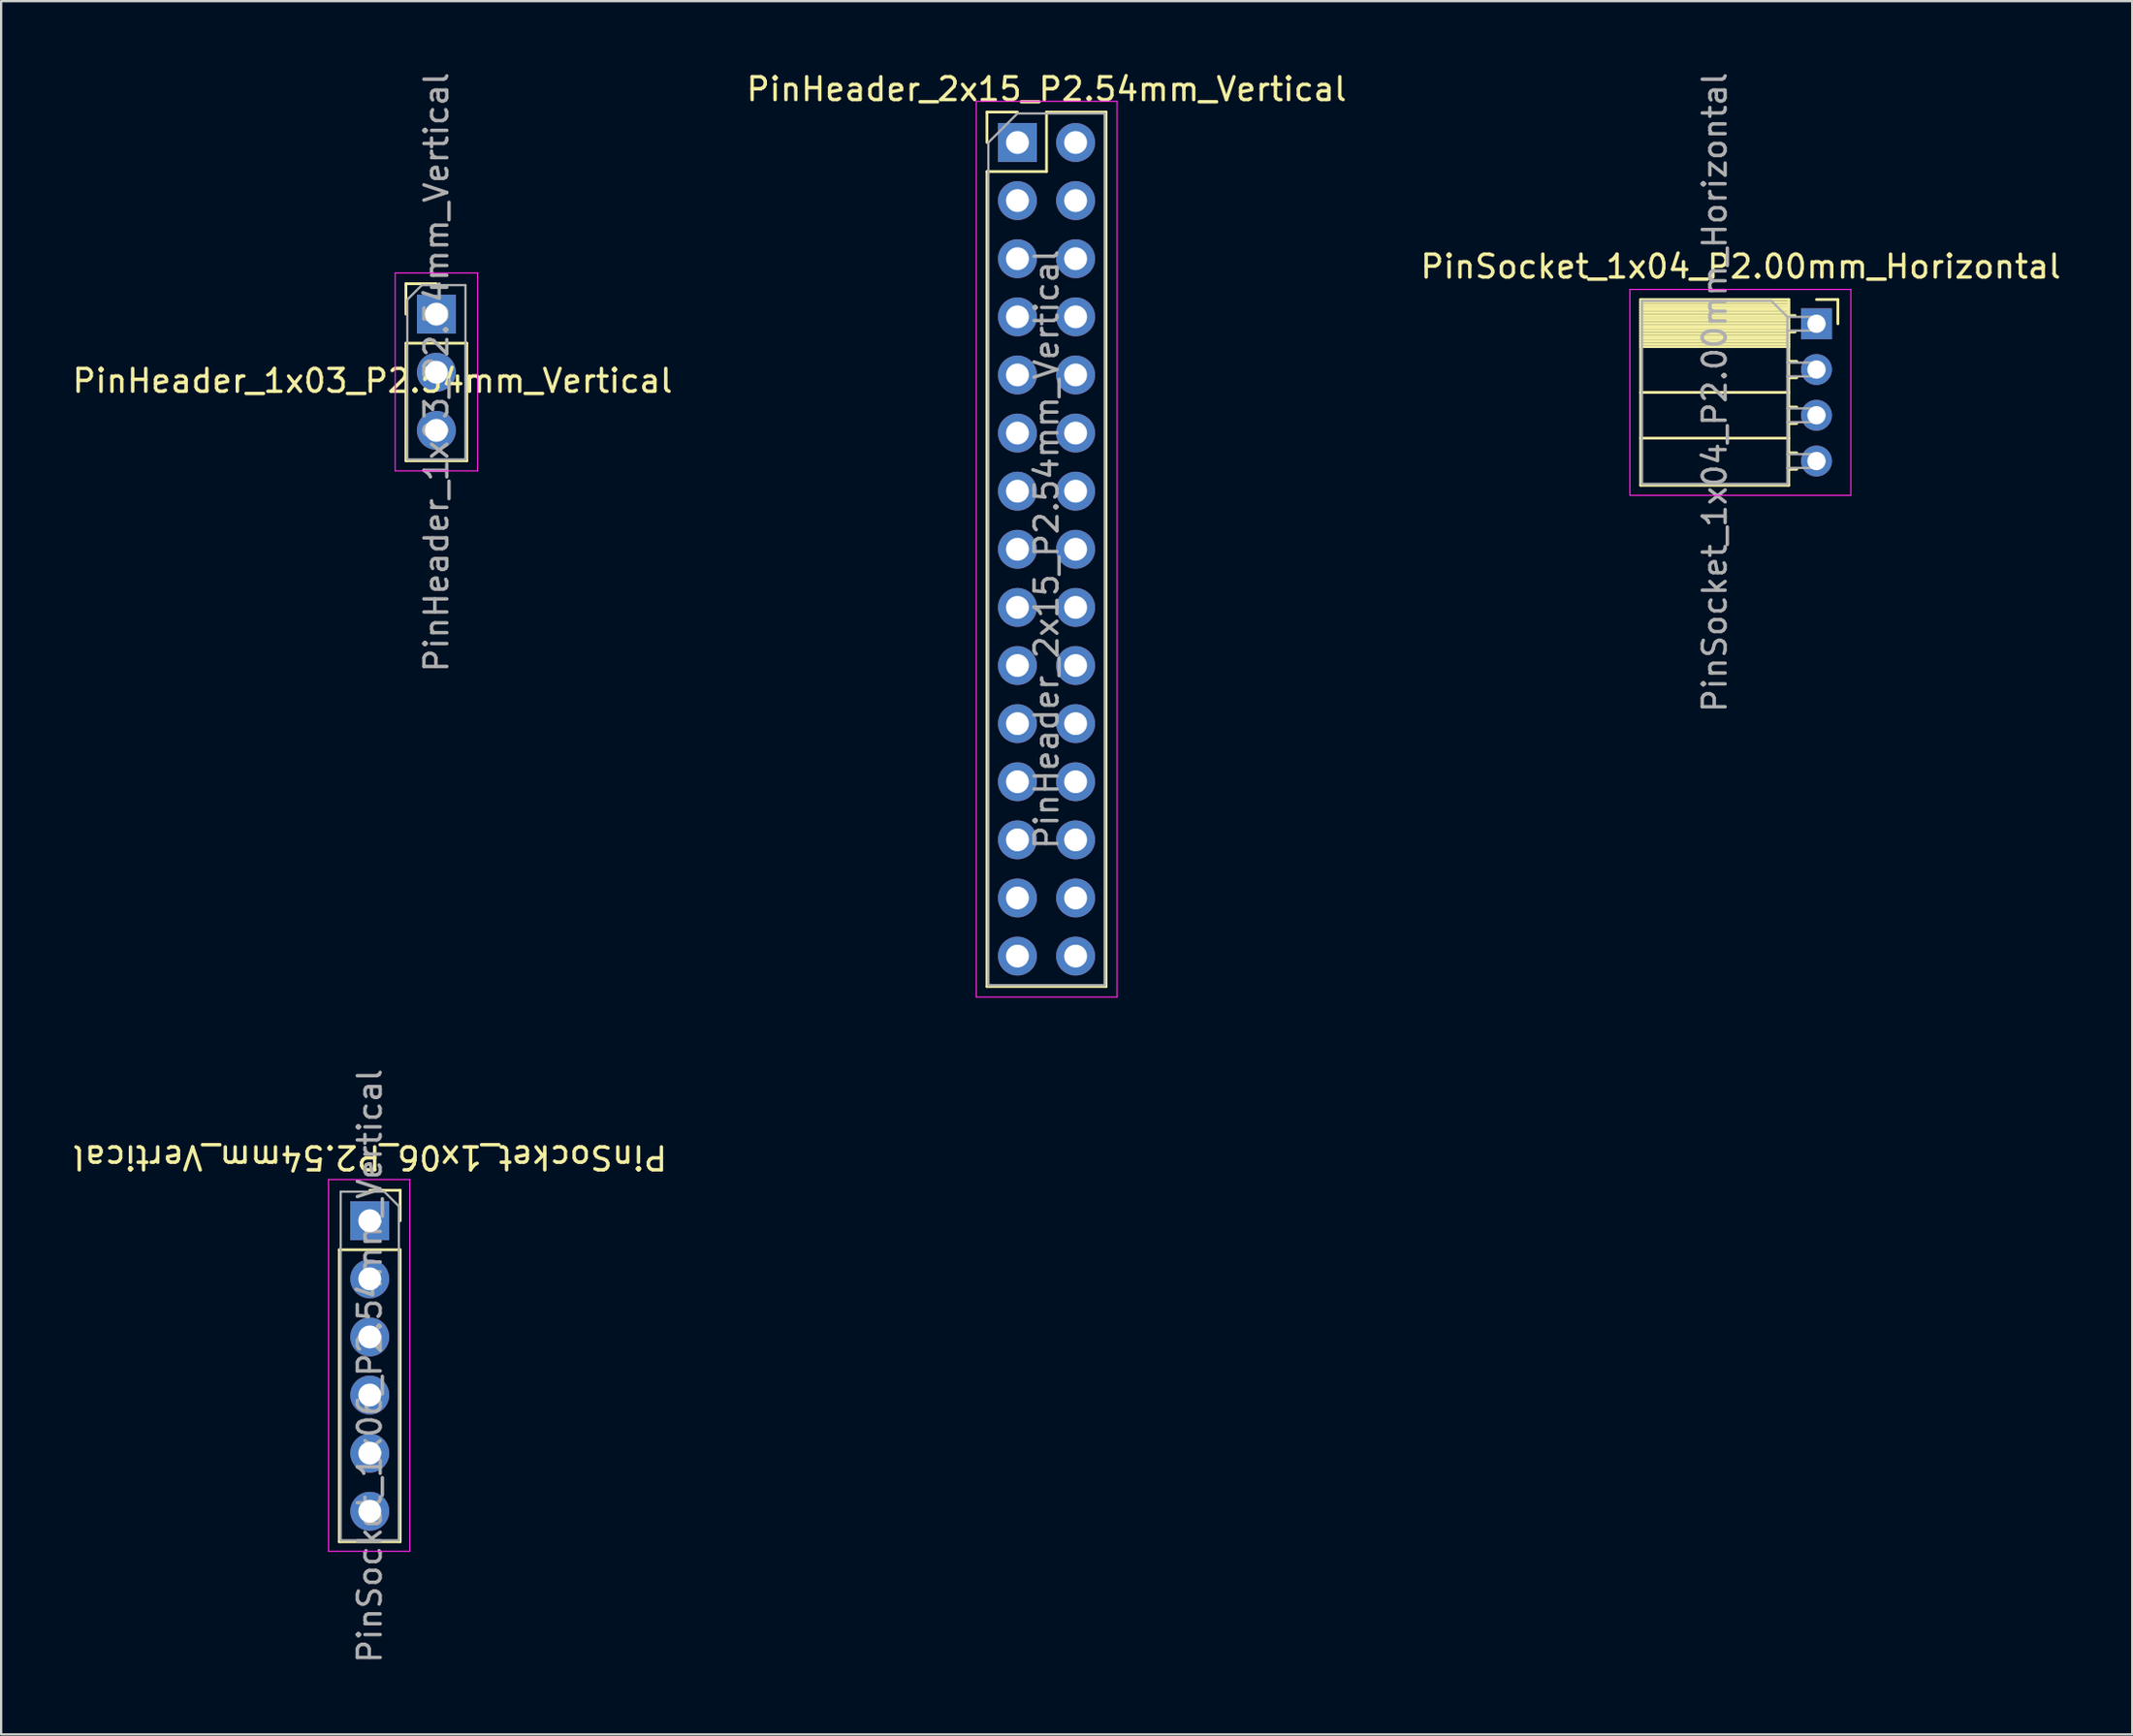
<source format=kicad_pcb>
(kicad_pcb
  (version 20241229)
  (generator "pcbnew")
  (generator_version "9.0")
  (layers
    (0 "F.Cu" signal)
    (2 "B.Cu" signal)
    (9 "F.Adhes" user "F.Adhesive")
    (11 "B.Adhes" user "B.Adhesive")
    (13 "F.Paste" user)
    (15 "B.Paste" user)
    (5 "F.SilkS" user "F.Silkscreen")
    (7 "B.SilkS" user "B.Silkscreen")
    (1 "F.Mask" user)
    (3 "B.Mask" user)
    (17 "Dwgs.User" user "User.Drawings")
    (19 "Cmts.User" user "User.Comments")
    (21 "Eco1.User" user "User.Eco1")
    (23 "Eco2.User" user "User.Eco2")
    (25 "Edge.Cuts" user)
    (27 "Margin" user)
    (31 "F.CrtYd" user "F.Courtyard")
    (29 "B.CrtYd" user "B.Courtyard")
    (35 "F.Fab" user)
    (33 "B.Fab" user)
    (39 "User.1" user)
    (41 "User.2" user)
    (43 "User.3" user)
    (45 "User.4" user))
  (footprint "PinSocket_1x04_P2.00mm_Horizontal"
    (layer "F.Cu")
    (at 76.292 11.101)
    (property "Reference" "PinSocket_1x04_P2.00mm_Horizontal" (at -3.31 -2.5 0) (layer "F.SilkS") (effects (font (size 1 1) (thickness 0.15))))
    (attr through_hole)
    (fp_line (start -7.68 -1.06) (end -7.68 7.06) (stroke (width 0.12) (type solid)) (layer "F.SilkS"))
    (fp_line (start -7.68 -1.06) (end -1.21 -1.06) (stroke (width 0.12) (type solid)) (layer "F.SilkS"))
    (fp_line (start -7.68 -0.94) (end -1.21 -0.94) (stroke (width 0.12) (type solid)) (layer "F.SilkS"))
    (fp_line (start -7.68 -0.826) (end -1.21 -0.826) (stroke (width 0.12) (type solid)) (layer "F.SilkS"))
    (fp_line (start -7.68 -0.712) (end -1.21 -0.712) (stroke (width 0.12) (type solid)) (layer "F.SilkS"))
    (fp_line (start -7.68 -0.598) (end -1.21 -0.598) (stroke (width 0.12) (type solid)) (layer "F.SilkS"))
    (fp_line (start -7.68 -0.484) (end -1.21 -0.484) (stroke (width 0.12) (type solid)) (layer "F.SilkS"))
    (fp_line (start -7.68 -0.369) (end -1.21 -0.369) (stroke (width 0.12) (type solid)) (layer "F.SilkS"))
    (fp_line (start -7.68 -0.255) (end -1.21 -0.255) (stroke (width 0.12) (type solid)) (layer "F.SilkS"))
    (fp_line (start -7.68 -0.141) (end -1.21 -0.141) (stroke (width 0.12) (type solid)) (layer "F.SilkS"))
    (fp_line (start -7.68 -0.027) (end -1.21 -0.027) (stroke (width 0.12) (type solid)) (layer "F.SilkS"))
    (fp_line (start -7.68 0.087) (end -1.21 0.087) (stroke (width 0.12) (type solid)) (layer "F.SilkS"))
    (fp_line (start -7.68 0.201) (end -1.21 0.201) (stroke (width 0.12) (type solid)) (layer "F.SilkS"))
    (fp_line (start -7.68 0.315) (end -1.21 0.315) (stroke (width 0.12) (type solid)) (layer "F.SilkS"))
    (fp_line (start -7.68 0.429) (end -1.21 0.429) (stroke (width 0.12) (type solid)) (layer "F.SilkS"))
    (fp_line (start -7.68 0.544) (end -1.21 0.544) (stroke (width 0.12) (type solid)) (layer "F.SilkS"))
    (fp_line (start -7.68 0.658) (end -1.21 0.658) (stroke (width 0.12) (type solid)) (layer "F.SilkS"))
    (fp_line (start -7.68 0.772) (end -1.21 0.772) (stroke (width 0.12) (type solid)) (layer "F.SilkS"))
    (fp_line (start -7.68 0.886) (end -1.21 0.886) (stroke (width 0.12) (type solid)) (layer "F.SilkS"))
    (fp_line (start -7.68 1) (end -1.21 1) (stroke (width 0.12) (type solid)) (layer "F.SilkS"))
    (fp_line (start -7.68 3) (end -1.21 3) (stroke (width 0.12) (type solid)) (layer "F.SilkS"))
    (fp_line (start -7.68 5) (end -1.21 5) (stroke (width 0.12) (type solid)) (layer "F.SilkS"))
    (fp_line (start -7.68 7.06) (end -1.21 7.06) (stroke (width 0.12) (type solid)) (layer "F.SilkS"))
    (fp_line (start -1.21 -1.06) (end -1.21 7.06) (stroke (width 0.12) (type solid)) (layer "F.SilkS"))
    (fp_line (start -1.21 -0.36) (end -0.935 -0.36) (stroke (width 0.12) (type solid)) (layer "F.SilkS"))
    (fp_line (start -1.21 0.36) (end -0.935 0.36) (stroke (width 0.12) (type solid)) (layer "F.SilkS"))
    (fp_line (start -1.21 1.64) (end -0.863 1.64) (stroke (width 0.12) (type solid)) (layer "F.SilkS"))
    (fp_line (start -1.21 2.36) (end -0.863 2.36) (stroke (width 0.12) (type solid)) (layer "F.SilkS"))
    (fp_line (start -1.21 3.64) (end -0.863 3.64) (stroke (width 0.12) (type solid)) (layer "F.SilkS"))
    (fp_line (start -1.21 4.36) (end -0.863 4.36) (stroke (width 0.12) (type solid)) (layer "F.SilkS"))
    (fp_line (start -1.21 5.64) (end -0.863 5.64) (stroke (width 0.12) (type solid)) (layer "F.SilkS"))
    (fp_line (start -1.21 6.36) (end -0.863 6.36) (stroke (width 0.12) (type solid)) (layer "F.SilkS"))
    (fp_line (start 0 -1.06) (end 0.935 -1.06) (stroke (width 0.12) (type solid)) (layer "F.SilkS"))
    (fp_line (start 0.935 -1.06) (end 0.935 0) (stroke (width 0.12) (type solid)) (layer "F.SilkS"))
    (fp_line (start -8.15 -1.5) (end -8.15 7.5) (stroke (width 0.05) (type solid)) (layer "F.CrtYd"))
    (fp_line (start -8.15 7.5) (end 1.5 7.5) (stroke (width 0.05) (type solid)) (layer "F.CrtYd"))
    (fp_line (start 1.5 -1.5) (end -8.15 -1.5) (stroke (width 0.05) (type solid)) (layer "F.CrtYd"))
    (fp_line (start 1.5 7.5) (end 1.5 -1.5) (stroke (width 0.05) (type solid)) (layer "F.CrtYd"))
    (fp_line (start -7.62 -1) (end -1.97 -1) (stroke (width 0.1) (type solid)) (layer "F.Fab"))
    (fp_line (start -7.62 7) (end -7.62 -1) (stroke (width 0.1) (type solid)) (layer "F.Fab"))
    (fp_line (start -1.97 -1) (end -1.27 -0.3) (stroke (width 0.1) (type solid)) (layer "F.Fab"))
    (fp_line (start -1.27 -0.3) (end -1.27 7) (stroke (width 0.1) (type solid)) (layer "F.Fab"))
    (fp_line (start -1.27 0.3) (end 0 0.3) (stroke (width 0.1) (type solid)) (layer "F.Fab"))
    (fp_line (start -1.27 2.3) (end 0 2.3) (stroke (width 0.1) (type solid)) (layer "F.Fab"))
    (fp_line (start -1.27 4.3) (end 0 4.3) (stroke (width 0.1) (type solid)) (layer "F.Fab"))
    (fp_line (start -1.27 6.3) (end 0 6.3) (stroke (width 0.1) (type solid)) (layer "F.Fab"))
    (fp_line (start -1.27 7) (end -7.62 7) (stroke (width 0.1) (type solid)) (layer "F.Fab"))
    (fp_line (start 0 -0.3) (end -1.27 -0.3) (stroke (width 0.1) (type solid)) (layer "F.Fab"))
    (fp_line (start 0 0.3) (end 0 -0.3) (stroke (width 0.1) (type solid)) (layer "F.Fab"))
    (fp_line (start 0 1.7) (end -1.27 1.7) (stroke (width 0.1) (type solid)) (layer "F.Fab"))
    (fp_line (start 0 2.3) (end 0 1.7) (stroke (width 0.1) (type solid)) (layer "F.Fab"))
    (fp_line (start 0 3.7) (end -1.27 3.7) (stroke (width 0.1) (type solid)) (layer "F.Fab"))
    (fp_line (start 0 4.3) (end 0 3.7) (stroke (width 0.1) (type solid)) (layer "F.Fab"))
    (fp_line (start 0 5.7) (end -1.27 5.7) (stroke (width 0.1) (type solid)) (layer "F.Fab"))
    (fp_line (start 0 6.3) (end 0 5.7) (stroke (width 0.1) (type solid)) (layer "F.Fab"))
    (fp_text user "${REFERENCE}" (at -4.445 3 90) (layer "F.Fab") (effects (font (size 1 1) (thickness 0.15))))
    (pad "1" thru_hole rect (at 0 0) (size 1.35 1.35) (drill 0.8) (layers "*.Cu" "*.Mask"))
    (pad "2" thru_hole oval (at 0 2) (size 1.35 1.35) (drill 0.8) (layers "*.Cu" "*.Mask"))
    (pad "3" thru_hole oval (at 0 4) (size 1.35 1.35) (drill 0.8) (layers "*.Cu" "*.Mask"))
    (pad "4" thru_hole oval (at 0 6) (size 1.35 1.35) (drill 0.8) (layers "*.Cu" "*.Mask")))
  (footprint "PinSocket_1x06_P2.54mm_Vertical"
    (layer "F.Cu")
    (at 13.101 50.304)
    (property "Reference" "PinSocket_1x06_P2.54mm_Vertical" (at 0 -2.77 180) (unlocked yes) (layer "F.SilkS") (effects (font (size 1 1) (thickness 0.15))))
    (attr through_hole)
    (fp_line (start -1.33 1.27) (end -1.33 14.03) (stroke (width 0.12) (type solid)) (layer "F.SilkS"))
    (fp_line (start -1.33 1.27) (end 1.33 1.27) (stroke (width 0.12) (type solid)) (layer "F.SilkS"))
    (fp_line (start -1.33 14.03) (end 1.33 14.03) (stroke (width 0.12) (type solid)) (layer "F.SilkS"))
    (fp_line (start 0 -1.33) (end 1.33 -1.33) (stroke (width 0.12) (type solid)) (layer "F.SilkS"))
    (fp_line (start 1.33 -1.33) (end 1.33 0) (stroke (width 0.12) (type solid)) (layer "F.SilkS"))
    (fp_line (start 1.33 1.27) (end 1.33 14.03) (stroke (width 0.12) (type solid)) (layer "F.SilkS"))
    (fp_line (start -1.8 -1.8) (end 1.75 -1.8) (stroke (width 0.05) (type solid)) (layer "F.CrtYd"))
    (fp_line (start -1.8 14.45) (end -1.8 -1.8) (stroke (width 0.05) (type solid)) (layer "F.CrtYd"))
    (fp_line (start 1.75 -1.8) (end 1.75 14.45) (stroke (width 0.05) (type solid)) (layer "F.CrtYd"))
    (fp_line (start 1.75 14.45) (end -1.8 14.45) (stroke (width 0.05) (type solid)) (layer "F.CrtYd"))
    (fp_line (start -1.27 -1.27) (end 0.635 -1.27) (stroke (width 0.1) (type solid)) (layer "F.Fab"))
    (fp_line (start -1.27 13.97) (end -1.27 -1.27) (stroke (width 0.1) (type solid)) (layer "F.Fab"))
    (fp_line (start 0.635 -1.27) (end 1.27 -0.635) (stroke (width 0.1) (type solid)) (layer "F.Fab"))
    (fp_line (start 1.27 -0.635) (end 1.27 13.97) (stroke (width 0.1) (type solid)) (layer "F.Fab"))
    (fp_line (start 1.27 13.97) (end -1.27 13.97) (stroke (width 0.1) (type solid)) (layer "F.Fab"))
    (fp_text user "${REFERENCE}" (at 0 6.35 90) (layer "F.Fab") (effects (font (size 1 1) (thickness 0.15))))
    (pad "1" thru_hole rect (at 0 0) (size 1.7 1.7) (drill 1) (layers "*.Cu" "*.Mask"))
    (pad "2" thru_hole oval (at 0 2.54) (size 1.7 1.7) (drill 1) (layers "*.Cu" "*.Mask"))
    (pad "3" thru_hole oval (at 0 5.08) (size 1.7 1.7) (drill 1) (layers "*.Cu" "*.Mask"))
    (pad "4" thru_hole oval (at 0 7.62) (size 1.7 1.7) (drill 1) (layers "*.Cu" "*.Mask"))
    (pad "5" thru_hole oval (at 0 10.16) (size 1.7 1.7) (drill 1) (layers "*.Cu" "*.Mask"))
    (pad "6" thru_hole oval (at 0 12.7) (size 1.7 1.7) (drill 1) (layers "*.Cu" "*.Mask")))
  (footprint "PinHeader_1x03_P2.54mm_Vertical"
    (layer "F.Cu")
    (at 16.011 10.68)
    (property "Reference" "PinHeader_1x03_P2.54mm_Vertical" (at -2.79 2.916 0) (unlocked yes) (layer "F.SilkS") (effects (font (size 1 1) (thickness 0.15))))
    (attr through_hole)
    (fp_line (start -1.33 -1.33) (end 0 -1.33) (stroke (width 0.12) (type solid)) (layer "F.SilkS"))
    (fp_line (start -1.33 0) (end -1.33 -1.33) (stroke (width 0.12) (type solid)) (layer "F.SilkS"))
    (fp_line (start -1.33 1.27) (end -1.33 6.41) (stroke (width 0.12) (type solid)) (layer "F.SilkS"))
    (fp_line (start -1.33 1.27) (end 1.33 1.27) (stroke (width 0.12) (type solid)) (layer "F.SilkS"))
    (fp_line (start -1.33 6.41) (end 1.33 6.41) (stroke (width 0.12) (type solid)) (layer "F.SilkS"))
    (fp_line (start 1.33 1.27) (end 1.33 6.41) (stroke (width 0.12) (type solid)) (layer "F.SilkS"))
    (fp_line (start -1.8 -1.8) (end -1.8 6.85) (stroke (width 0.05) (type solid)) (layer "F.CrtYd"))
    (fp_line (start -1.8 6.85) (end 1.8 6.85) (stroke (width 0.05) (type solid)) (layer "F.CrtYd"))
    (fp_line (start 1.8 -1.8) (end -1.8 -1.8) (stroke (width 0.05) (type solid)) (layer "F.CrtYd"))
    (fp_line (start 1.8 6.85) (end 1.8 -1.8) (stroke (width 0.05) (type solid)) (layer "F.CrtYd"))
    (fp_line (start -1.27 -0.635) (end -0.635 -1.27) (stroke (width 0.1) (type solid)) (layer "F.Fab"))
    (fp_line (start -1.27 6.35) (end -1.27 -0.635) (stroke (width 0.1) (type solid)) (layer "F.Fab"))
    (fp_line (start -0.635 -1.27) (end 1.27 -1.27) (stroke (width 0.1) (type solid)) (layer "F.Fab"))
    (fp_line (start 1.27 -1.27) (end 1.27 6.35) (stroke (width 0.1) (type solid)) (layer "F.Fab"))
    (fp_line (start 1.27 6.35) (end -1.27 6.35) (stroke (width 0.1) (type solid)) (layer "F.Fab"))
    (fp_text user "${REFERENCE}" (at 0 2.54 90) (layer "F.Fab") (effects (font (size 1 1) (thickness 0.15))))
    (pad "1" thru_hole rect (at 0 0) (size 1.7 1.7) (drill 1) (layers "*.Cu" "*.Mask"))
    (pad "2" thru_hole oval (at 0 2.54) (size 1.7 1.7) (drill 1) (layers "*.Cu" "*.Mask"))
    (pad "3" thru_hole oval (at 0 5.08) (size 1.7 1.7) (drill 1) (layers "*.Cu" "*.Mask")))
  (footprint "PinHeader_2x15_P2.54mm_Vertical"
    (layer "F.Cu")
    (at 41.391 3.178)
    (property "Reference" "PinHeader_2x15_P2.54mm_Vertical" (at 1.27 -2.33 180) (layer "F.SilkS") (effects (font (size 1 1) (thickness 0.15))))
    (attr through_hole)
    (fp_line (start -1.33 -1.33) (end 0 -1.33) (stroke (width 0.12) (type solid)) (layer "F.SilkS"))
    (fp_line (start -1.33 0) (end -1.33 -1.33) (stroke (width 0.12) (type solid)) (layer "F.SilkS"))
    (fp_line (start -1.33 1.27) (end -1.33 36.89) (stroke (width 0.12) (type solid)) (layer "F.SilkS"))
    (fp_line (start -1.33 1.27) (end 1.27 1.27) (stroke (width 0.12) (type solid)) (layer "F.SilkS"))
    (fp_line (start -1.33 36.89) (end 3.87 36.89) (stroke (width 0.12) (type solid)) (layer "F.SilkS"))
    (fp_line (start 1.27 -1.33) (end 3.87 -1.33) (stroke (width 0.12) (type solid)) (layer "F.SilkS"))
    (fp_line (start 1.27 1.27) (end 1.27 -1.33) (stroke (width 0.12) (type solid)) (layer "F.SilkS"))
    (fp_line (start 3.87 -1.33) (end 3.87 36.89) (stroke (width 0.12) (type solid)) (layer "F.SilkS"))
    (fp_line (start -1.8 -1.8) (end -1.8 37.35) (stroke (width 0.05) (type solid)) (layer "F.CrtYd"))
    (fp_line (start -1.8 37.35) (end 4.35 37.35) (stroke (width 0.05) (type solid)) (layer "F.CrtYd"))
    (fp_line (start 4.35 -1.8) (end -1.8 -1.8) (stroke (width 0.05) (type solid)) (layer "F.CrtYd"))
    (fp_line (start 4.35 37.35) (end 4.35 -1.8) (stroke (width 0.05) (type solid)) (layer "F.CrtYd"))
    (fp_line (start -1.27 0) (end 0 -1.27) (stroke (width 0.1) (type solid)) (layer "F.Fab"))
    (fp_line (start -1.27 36.83) (end -1.27 0) (stroke (width 0.1) (type solid)) (layer "F.Fab"))
    (fp_line (start 0 -1.27) (end 3.81 -1.27) (stroke (width 0.1) (type solid)) (layer "F.Fab"))
    (fp_line (start 3.81 -1.27) (end 3.81 36.83) (stroke (width 0.1) (type solid)) (layer "F.Fab"))
    (fp_line (start 3.81 36.83) (end -1.27 36.83) (stroke (width 0.1) (type solid)) (layer "F.Fab"))
    (fp_text user "${REFERENCE}" (at 1.27 17.78 270) (layer "F.Fab") (effects (font (size 1 1) (thickness 0.15))))
    (pad "1" thru_hole rect (at 0 0) (size 1.7 1.7) (drill 1) (layers "*.Cu" "*.Mask"))
    (pad "2" thru_hole oval (at 2.54 0) (size 1.7 1.7) (drill 1) (layers "*.Cu" "*.Mask"))
    (pad "3" thru_hole oval (at 0 2.54) (size 1.7 1.7) (drill 1) (layers "*.Cu" "*.Mask"))
    (pad "4" thru_hole oval (at 2.54 2.54) (size 1.7 1.7) (drill 1) (layers "*.Cu" "*.Mask"))
    (pad "5" thru_hole oval (at 0 5.08) (size 1.7 1.7) (drill 1) (layers "*.Cu" "*.Mask"))
    (pad "6" thru_hole oval (at 2.54 5.08) (size 1.7 1.7) (drill 1) (layers "*.Cu" "*.Mask"))
    (pad "7" thru_hole oval (at 0 7.62) (size 1.7 1.7) (drill 1) (layers "*.Cu" "*.Mask"))
    (pad "8" thru_hole oval (at 2.54 7.62) (size 1.7 1.7) (drill 1) (layers "*.Cu" "*.Mask"))
    (pad "9" thru_hole oval (at 0 10.16) (size 1.7 1.7) (drill 1) (layers "*.Cu" "*.Mask"))
    (pad "10" thru_hole oval (at 2.54 10.16) (size 1.7 1.7) (drill 1) (layers "*.Cu" "*.Mask"))
    (pad "11" thru_hole oval (at 0 12.7) (size 1.7 1.7) (drill 1) (layers "*.Cu" "*.Mask"))
    (pad "12" thru_hole oval (at 2.54 12.7) (size 1.7 1.7) (drill 1) (layers "*.Cu" "*.Mask"))
    (pad "13" thru_hole oval (at 0 15.24) (size 1.7 1.7) (drill 1) (layers "*.Cu" "*.Mask"))
    (pad "14" thru_hole oval (at 2.54 15.24) (size 1.7 1.7) (drill 1) (layers "*.Cu" "*.Mask"))
    (pad "15" thru_hole oval (at 0 17.78) (size 1.7 1.7) (drill 1) (layers "*.Cu" "*.Mask"))
    (pad "16" thru_hole oval (at 2.54 17.78) (size 1.7 1.7) (drill 1) (layers "*.Cu" "*.Mask"))
    (pad "17" thru_hole oval (at 0 20.32) (size 1.7 1.7) (drill 1) (layers "*.Cu" "*.Mask"))
    (pad "18" thru_hole oval (at 2.54 20.32) (size 1.7 1.7) (drill 1) (layers "*.Cu" "*.Mask"))
    (pad "19" thru_hole oval (at 0 22.86) (size 1.7 1.7) (drill 1) (layers "*.Cu" "*.Mask"))
    (pad "20" thru_hole oval (at 2.54 22.86) (size 1.7 1.7) (drill 1) (layers "*.Cu" "*.Mask"))
    (pad "21" thru_hole oval (at 0 25.4) (size 1.7 1.7) (drill 1) (layers "*.Cu" "*.Mask"))
    (pad "22" thru_hole oval (at 2.54 25.4) (size 1.7 1.7) (drill 1) (layers "*.Cu" "*.Mask"))
    (pad "23" thru_hole oval (at 0 27.94) (size 1.7 1.7) (drill 1) (layers "*.Cu" "*.Mask"))
    (pad "24" thru_hole oval (at 2.54 27.94) (size 1.7 1.7) (drill 1) (layers "*.Cu" "*.Mask"))
    (pad "25" thru_hole oval (at 0 30.48) (size 1.7 1.7) (drill 1) (layers "*.Cu" "*.Mask"))
    (pad "26" thru_hole oval (at 2.54 30.48) (size 1.7 1.7) (drill 1) (layers "*.Cu" "*.Mask"))
    (pad "27" thru_hole oval (at 0 33.02) (size 1.7 1.7) (drill 1) (layers "*.Cu" "*.Mask"))
    (pad "28" thru_hole oval (at 2.54 33.02) (size 1.7 1.7) (drill 1) (layers "*.Cu" "*.Mask"))
    (pad "29" thru_hole oval (at 0 35.56) (size 1.7 1.7) (drill 1) (layers "*.Cu" "*.Mask"))
    (pad "30" thru_hole oval (at 2.54 35.56) (size 1.7 1.7) (drill 1) (layers "*.Cu" "*.Mask")))
  (gr_rect
    (start -3 -3)
    (end 90.083 72.756)
    (stroke (width 0.1) (type default))
    (fill no)
    (layer "Edge.Cuts")))
</source>
